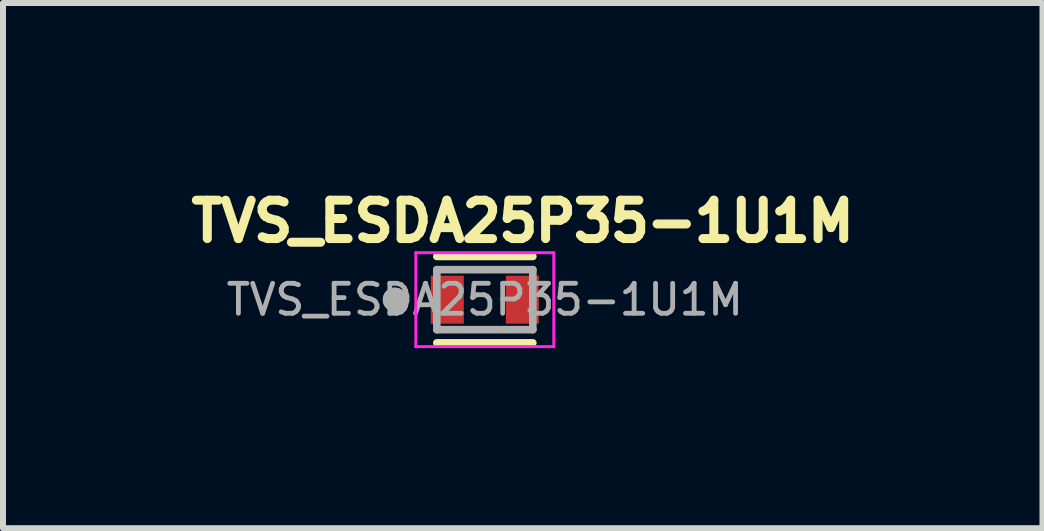
<source format=kicad_pcb>
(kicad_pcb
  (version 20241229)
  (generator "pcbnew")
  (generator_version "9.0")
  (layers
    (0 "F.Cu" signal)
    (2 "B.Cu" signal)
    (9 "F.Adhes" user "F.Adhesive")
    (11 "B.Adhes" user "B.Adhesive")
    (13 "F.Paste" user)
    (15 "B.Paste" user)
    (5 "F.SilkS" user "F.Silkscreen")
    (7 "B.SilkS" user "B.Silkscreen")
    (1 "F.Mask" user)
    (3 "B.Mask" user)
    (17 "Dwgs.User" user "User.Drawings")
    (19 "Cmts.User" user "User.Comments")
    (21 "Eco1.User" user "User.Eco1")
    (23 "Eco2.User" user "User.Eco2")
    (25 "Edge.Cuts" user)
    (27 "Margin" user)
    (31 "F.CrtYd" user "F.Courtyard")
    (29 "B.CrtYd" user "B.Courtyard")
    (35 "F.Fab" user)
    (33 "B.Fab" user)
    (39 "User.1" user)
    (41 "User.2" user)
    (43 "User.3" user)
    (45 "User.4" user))
  (footprint "TVS_ESDA25P35-1U1M"
    (layer "F.Cu")
    (at 5.03 1.944)
    (property "Reference" "TVS_ESDA25P35-1U1M" (at 0.632 -1.306 0) (layer "F.SilkS") (effects (font (size 0.64 0.64) (thickness 0.15))))
    (attr smd)
    (fp_line (start -0.8 -0.72) (end 0.8 -0.72) (stroke (width 0.127) (type solid)) (layer "F.SilkS"))
    (fp_line (start -0.8 0.72) (end 0.8 0.72) (stroke (width 0.127) (type solid)) (layer "F.SilkS"))
    (fp_circle (center -1.5 0) (end -1.4 0) (stroke (width 0.2) (type solid)) (fill no) (layer "F.SilkS"))
    (fp_poly (pts (xy -0.885 -0.38) (xy -0.365 -0.38) (xy -0.365 0.38) (xy -0.885 0.38)) (stroke (width 0.01) (type solid)) (fill yes) (layer "F.Paste"))
    (fp_poly (pts (xy 0.365 -0.38) (xy 0.885 -0.38) (xy 0.885 0.38) (xy 0.365 0.38)) (stroke (width 0.01) (type solid)) (fill yes) (layer "F.Paste"))
    (fp_line (start -1.15 -0.783) (end -1.15 0.783) (stroke (width 0.05) (type solid)) (layer "F.CrtYd"))
    (fp_line (start -1.15 0.783) (end 1.15 0.783) (stroke (width 0.05) (type solid)) (layer "F.CrtYd"))
    (fp_line (start 1.15 -0.783) (end -1.15 -0.783) (stroke (width 0.05) (type solid)) (layer "F.CrtYd"))
    (fp_line (start 1.15 0.783) (end 1.15 -0.783) (stroke (width 0.05) (type solid)) (layer "F.CrtYd"))
    (fp_line (start -0.8 -0.5) (end 0.8 -0.5) (stroke (width 0.127) (type solid)) (layer "F.Fab"))
    (fp_line (start -0.8 0.5) (end -0.8 -0.5) (stroke (width 0.127) (type solid)) (layer "F.Fab"))
    (fp_line (start 0.8 -0.5) (end 0.8 0.5) (stroke (width 0.127) (type solid)) (layer "F.Fab"))
    (fp_line (start 0.8 0.5) (end -0.8 0.5) (stroke (width 0.127) (type solid)) (layer "F.Fab"))
    (fp_circle (center -1.5 0) (end -1.4 0) (stroke (width 0.2) (type solid)) (fill no) (layer "F.Fab"))
    (fp_text user "${REFERENCE}" (at 0 0 0) (unlocked yes) (layer "F.Fab") (effects (font (size 0.5 0.5) (thickness 0.08))))
    (pad "A" smd rect (at 0.625 0) (size 0.55 0.8) (layers "F.Cu" "F.Mask"))
    (pad "C" smd rect (at -0.625 0) (size 0.55 0.8) (layers "F.Cu" "F.Mask")))
  (gr_rect
    (start -3 -3)
    (end 14.324 5.753)
    (stroke (width 0.1) (type default))
    (fill no)
    (layer "Edge.Cuts")))
</source>
